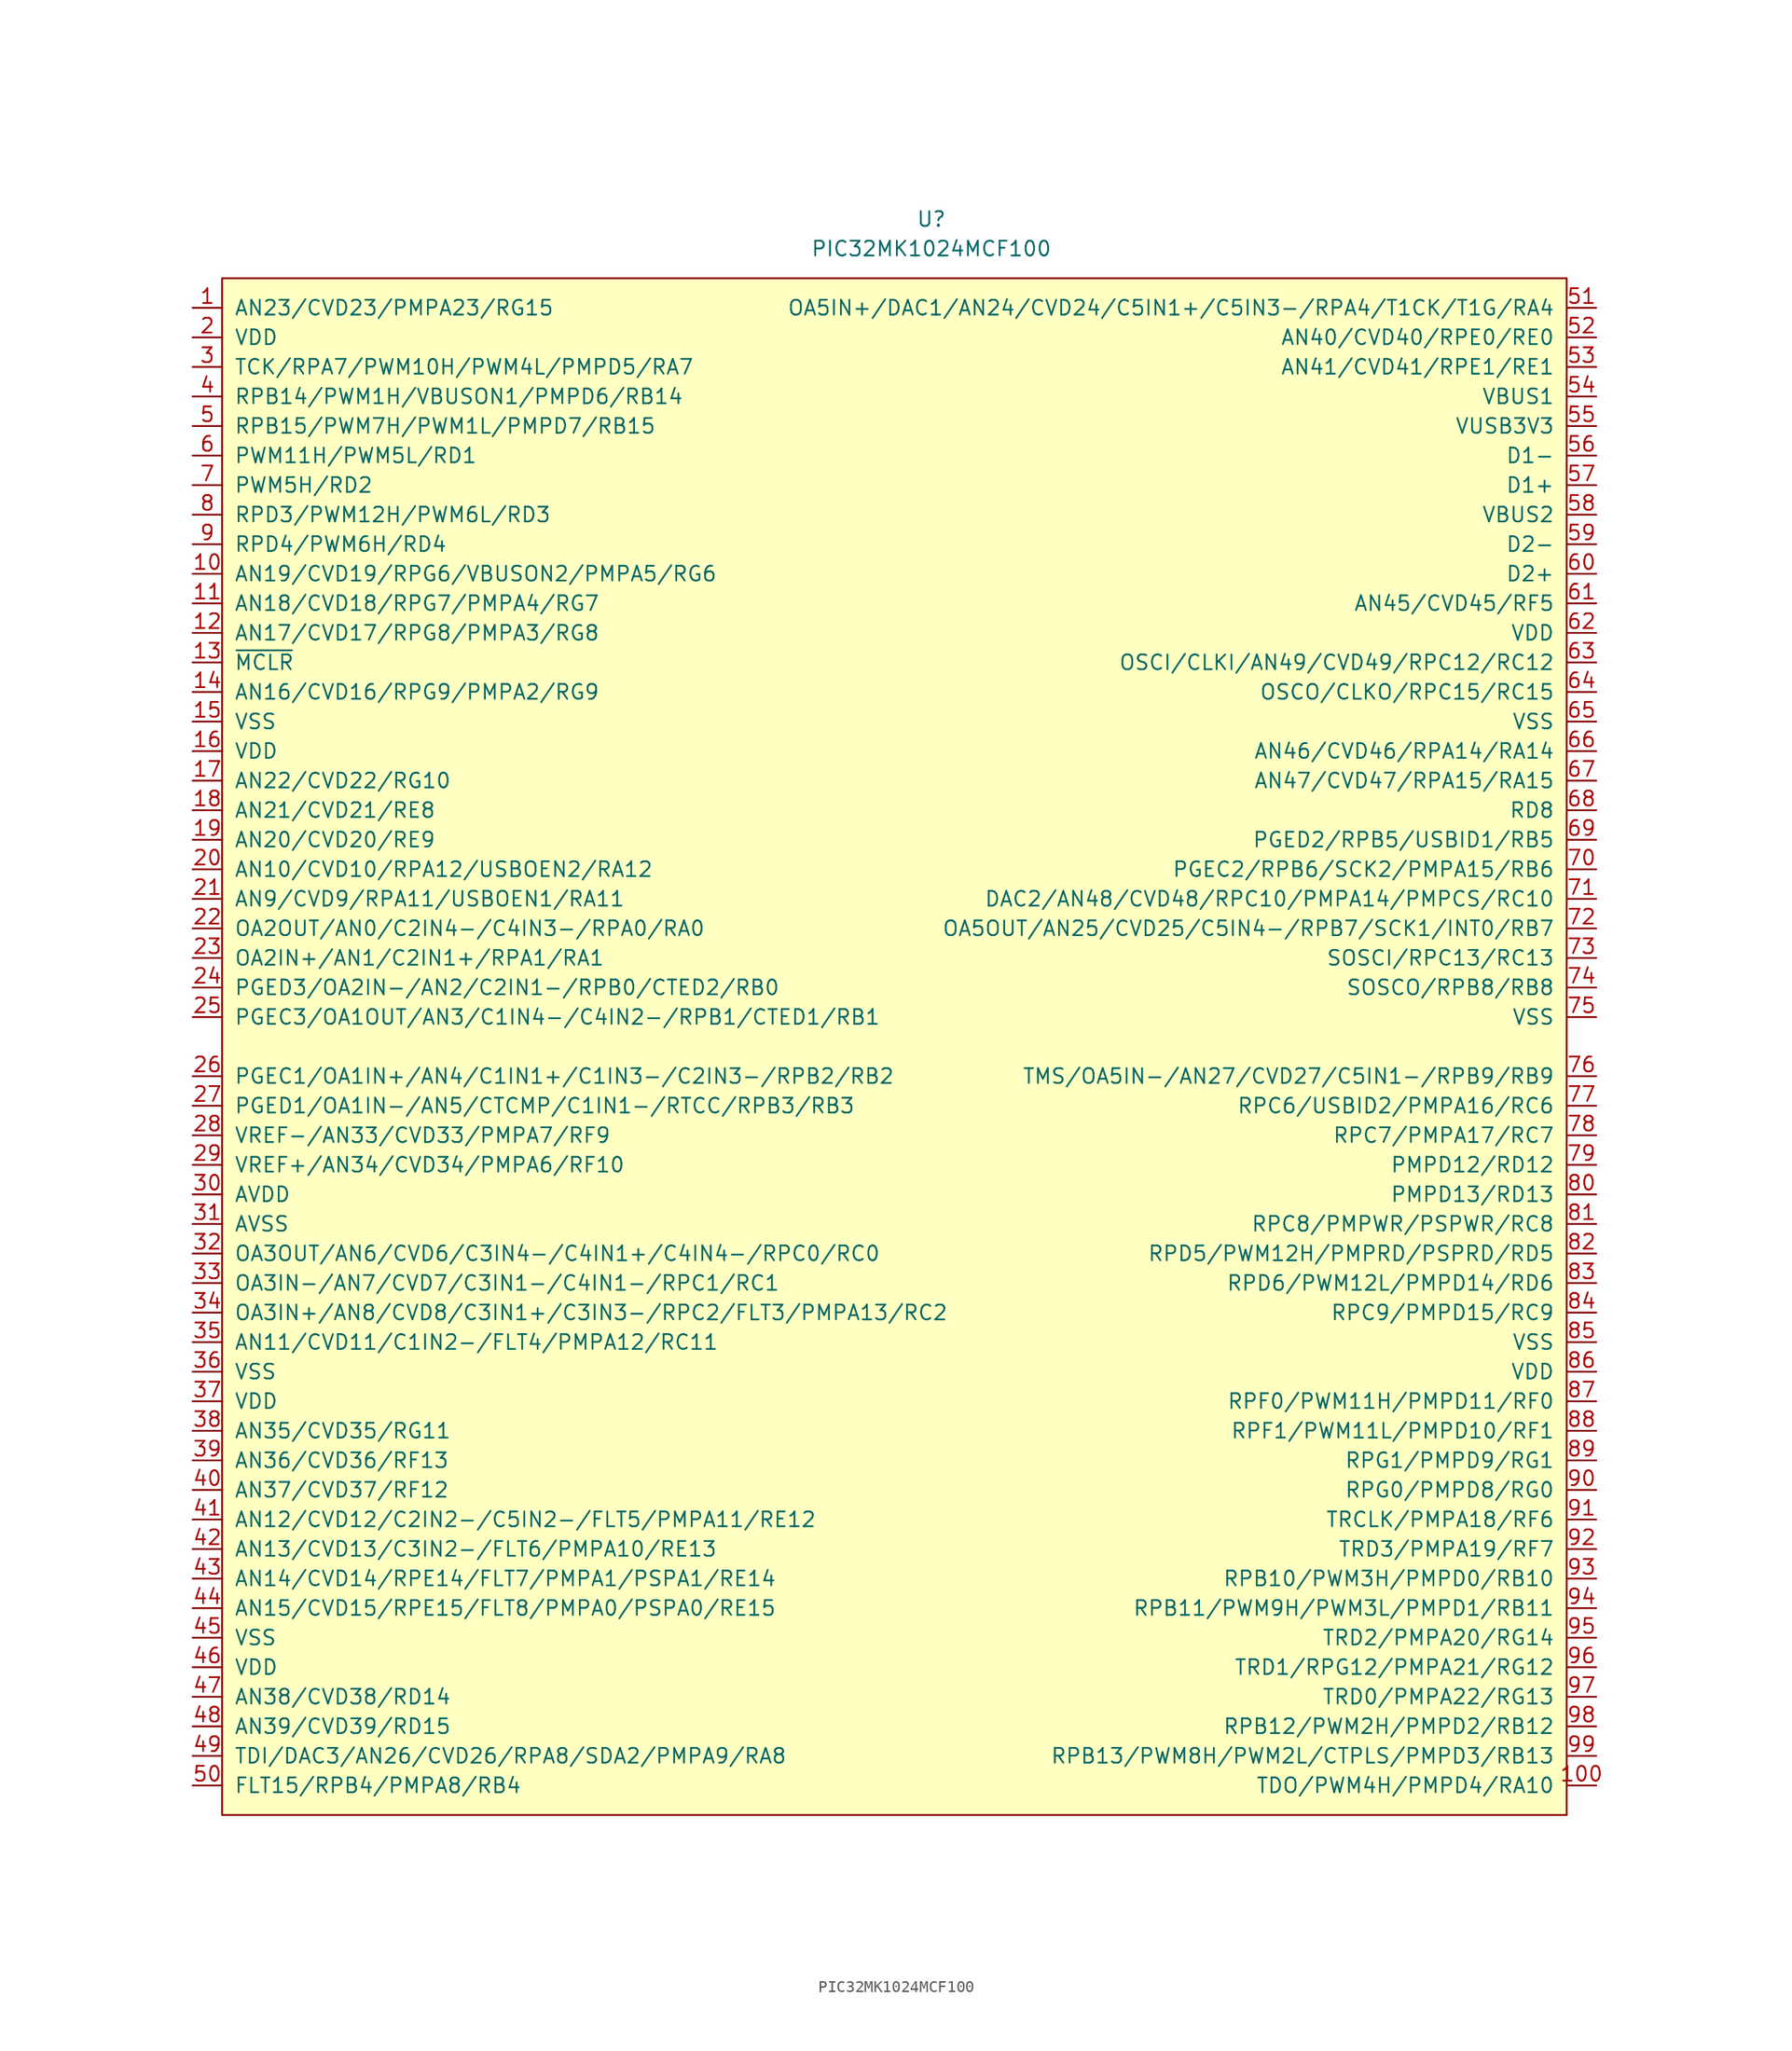
<source format=kicad_sym>
(kicad_symbol_lib
  (version 20220914)
  (generator kicad_symbol_editor)
  (symbol "PIC32MK1024MCF100"
    (pin_names
      (offset 1.016))
    (property "Reference" "U"
      (at 3.81 71.12 0)
      (effects (font (size 1.27 1.27))))
    (property "Value" "PIC32MK1024MCF100"
      (at 3.81 68.58 0)
      (effects (font (size 1.27 1.27))))
    (symbol "PIC32MK1024MCF100_1_1"
      (rectangle (start -57.15 66.04) (end 58.42 -66.04) (stroke (width 0) (type default)) (fill (type background)))
      (pin bidirectional line (at -59.69 63.5 0) (length 2.54) (name "AN23/CVD23/PMPA23/RG15" (effects (font (size 1.27 1.27)))) (number "1" (effects (font (size 1.27 1.27)))))
      (pin bidirectional line (at -59.69 40.64 0) (length 2.54) (name "AN19/CVD19/RPG6/VBUSON2/PMPA5/RG6" (effects (font (size 1.27 1.27)))) (number "10" (effects (font (size 1.27 1.27)))))
      (pin bidirectional line (at 60.96 -63.5 180) (length 2.54) (name "TDO/PWM4H/PMPD4/RA10" (effects (font (size 1.27 1.27)))) (number "100" (effects (font (size 1.27 1.27)))))
      (pin bidirectional line (at -59.69 38.1 0) (length 2.54) (name "AN18/CVD18/RPG7/PMPA4/RG7" (effects (font (size 1.27 1.27)))) (number "11" (effects (font (size 1.27 1.27)))))
      (pin bidirectional line (at -59.69 35.56 0) (length 2.54) (name "AN17/CVD17/RPG8/PMPA3/RG8" (effects (font (size 1.27 1.27)))) (number "12" (effects (font (size 1.27 1.27)))))
      (pin bidirectional line (at -59.69 33.02 0) (length 2.54) (name "~{MCLR}" (effects (font (size 1.27 1.27)))) (number "13" (effects (font (size 1.27 1.27)))))
      (pin bidirectional line (at -59.69 30.48 0) (length 2.54) (name "AN16/CVD16/RPG9/PMPA2/RG9" (effects (font (size 1.27 1.27)))) (number "14" (effects (font (size 1.27 1.27)))))
      (pin power_in line (at -59.69 27.94 0) (length 2.54) (name "VSS" (effects (font (size 1.27 1.27)))) (number "15" (effects (font (size 1.27 1.27)))))
      (pin power_in line (at -59.69 25.4 0) (length 2.54) (name "VDD" (effects (font (size 1.27 1.27)))) (number "16" (effects (font (size 1.27 1.27)))))
      (pin bidirectional line (at -59.69 22.86 0) (length 2.54) (name "AN22/CVD22/RG10" (effects (font (size 1.27 1.27)))) (number "17" (effects (font (size 1.27 1.27)))))
      (pin bidirectional line (at -59.69 20.32 0) (length 2.54) (name "AN21/CVD21/RE8" (effects (font (size 1.27 1.27)))) (number "18" (effects (font (size 1.27 1.27)))))
      (pin bidirectional line (at -59.69 17.78 0) (length 2.54) (name "AN20/CVD20/RE9" (effects (font (size 1.27 1.27)))) (number "19" (effects (font (size 1.27 1.27)))))
      (pin power_in line (at -59.69 60.96 0) (length 2.54) (name "VDD" (effects (font (size 1.27 1.27)))) (number "2" (effects (font (size 1.27 1.27)))))
      (pin bidirectional line (at -59.69 15.24 0) (length 2.54) (name "AN10/CVD10/RPA12/USBOEN2/RA12" (effects (font (size 1.27 1.27)))) (number "20" (effects (font (size 1.27 1.27)))))
      (pin bidirectional line (at -59.69 12.7 0) (length 2.54) (name "AN9/CVD9/RPA11/USBOEN1/RA11" (effects (font (size 1.27 1.27)))) (number "21" (effects (font (size 1.27 1.27)))))
      (pin bidirectional line (at -59.69 10.16 0) (length 2.54) (name "OA2OUT/AN0/C2IN4-/C4IN3-/RPA0/RA0" (effects (font (size 1.27 1.27)))) (number "22" (effects (font (size 1.27 1.27)))))
      (pin bidirectional line (at -59.69 7.62 0) (length 2.54) (name "OA2IN+/AN1/C2IN1+/RPA1/RA1" (effects (font (size 1.27 1.27)))) (number "23" (effects (font (size 1.27 1.27)))))
      (pin bidirectional line (at -59.69 5.08 0) (length 2.54) (name "PGED3/OA2IN-/AN2/C2IN1-/RPB0/CTED2/RB0" (effects (font (size 1.27 1.27)))) (number "24" (effects (font (size 1.27 1.27)))))
      (pin bidirectional line (at -59.69 2.54 0) (length 2.54) (name "PGEC3/OA1OUT/AN3/C1IN4-/C4IN2-/RPB1/CTED1/RB1" (effects (font (size 1.27 1.27)))) (number "25" (effects (font (size 1.27 1.27)))))
      (pin bidirectional line (at -59.69 -2.54 0) (length 2.54) (name "PGEC1/OA1IN+/AN4/C1IN1+/C1IN3-/C2IN3-/RPB2/RB2" (effects (font (size 1.27 1.27)))) (number "26" (effects (font (size 1.27 1.27)))))
      (pin bidirectional line (at -59.69 -5.08 0) (length 2.54) (name "PGED1/OA1IN-/AN5/CTCMP/C1IN1-/RTCC/RPB3/RB3" (effects (font (size 1.27 1.27)))) (number "27" (effects (font (size 1.27 1.27)))))
      (pin bidirectional line (at -59.69 -7.62 0) (length 2.54) (name "VREF-/AN33/CVD33/PMPA7/RF9" (effects (font (size 1.27 1.27)))) (number "28" (effects (font (size 1.27 1.27)))))
      (pin bidirectional line (at -59.69 -10.16 0) (length 2.54) (name "VREF+/AN34/CVD34/PMPA6/RF10" (effects (font (size 1.27 1.27)))) (number "29" (effects (font (size 1.27 1.27)))))
      (pin bidirectional line (at -59.69 58.42 0) (length 2.54) (name "TCK/RPA7/PWM10H/PWM4L/PMPD5/RA7" (effects (font (size 1.27 1.27)))) (number "3" (effects (font (size 1.27 1.27)))))
      (pin power_in line (at -59.69 -12.7 0) (length 2.54) (name "AVDD" (effects (font (size 1.27 1.27)))) (number "30" (effects (font (size 1.27 1.27)))))
      (pin power_in line (at -59.69 -15.24 0) (length 2.54) (name "AVSS" (effects (font (size 1.27 1.27)))) (number "31" (effects (font (size 1.27 1.27)))))
      (pin bidirectional line (at -59.69 -17.78 0) (length 2.54) (name "OA3OUT/AN6/CVD6/C3IN4-/C4IN1+/C4IN4-/RPC0/RC0" (effects (font (size 1.27 1.27)))) (number "32" (effects (font (size 1.27 1.27)))))
      (pin bidirectional line (at -59.69 -20.32 0) (length 2.54) (name "OA3IN-/AN7/CVD7/C3IN1-/C4IN1-/RPC1/RC1" (effects (font (size 1.27 1.27)))) (number "33" (effects (font (size 1.27 1.27)))))
      (pin bidirectional line (at -59.69 -22.86 0) (length 2.54) (name "OA3IN+/AN8/CVD8/C3IN1+/C3IN3-/RPC2/FLT3/PMPA13/RC2" (effects (font (size 1.27 1.27)))) (number "34" (effects (font (size 1.27 1.27)))))
      (pin bidirectional line (at -59.69 -25.4 0) (length 2.54) (name "AN11/CVD11/C1IN2-/FLT4/PMPA12/RC11" (effects (font (size 1.27 1.27)))) (number "35" (effects (font (size 1.27 1.27)))))
      (pin power_in line (at -59.69 -27.94 0) (length 2.54) (name "VSS" (effects (font (size 1.27 1.27)))) (number "36" (effects (font (size 1.27 1.27)))))
      (pin power_in line (at -59.69 -30.48 0) (length 2.54) (name "VDD" (effects (font (size 1.27 1.27)))) (number "37" (effects (font (size 1.27 1.27)))))
      (pin bidirectional line (at -59.69 -33.02 0) (length 2.54) (name "AN35/CVD35/RG11" (effects (font (size 1.27 1.27)))) (number "38" (effects (font (size 1.27 1.27)))))
      (pin bidirectional line (at -59.69 -35.56 0) (length 2.54) (name "AN36/CVD36/RF13" (effects (font (size 1.27 1.27)))) (number "39" (effects (font (size 1.27 1.27)))))
      (pin bidirectional line (at -59.69 55.88 0) (length 2.54) (name "RPB14/PWM1H/VBUSON1/PMPD6/RB14" (effects (font (size 1.27 1.27)))) (number "4" (effects (font (size 1.27 1.27)))))
      (pin bidirectional line (at -59.69 -38.1 0) (length 2.54) (name "AN37/CVD37/RF12" (effects (font (size 1.27 1.27)))) (number "40" (effects (font (size 1.27 1.27)))))
      (pin bidirectional line (at -59.69 -40.64 0) (length 2.54) (name "AN12/CVD12/C2IN2-/C5IN2-/FLT5/PMPA11/RE12" (effects (font (size 1.27 1.27)))) (number "41" (effects (font (size 1.27 1.27)))))
      (pin bidirectional line (at -59.69 -43.18 0) (length 2.54) (name "AN13/CVD13/C3IN2-/FLT6/PMPA10/RE13" (effects (font (size 1.27 1.27)))) (number "42" (effects (font (size 1.27 1.27)))))
      (pin bidirectional line (at -59.69 -45.72 0) (length 2.54) (name "AN14/CVD14/RPE14/FLT7/PMPA1/PSPA1/RE14" (effects (font (size 1.27 1.27)))) (number "43" (effects (font (size 1.27 1.27)))))
      (pin bidirectional line (at -59.69 -48.26 0) (length 2.54) (name "AN15/CVD15/RPE15/FLT8/PMPA0/PSPA0/RE15" (effects (font (size 1.27 1.27)))) (number "44" (effects (font (size 1.27 1.27)))))
      (pin power_in line (at -59.69 -50.8 0) (length 2.54) (name "VSS" (effects (font (size 1.27 1.27)))) (number "45" (effects (font (size 1.27 1.27)))))
      (pin power_in line (at -59.69 -53.34 0) (length 2.54) (name "VDD" (effects (font (size 1.27 1.27)))) (number "46" (effects (font (size 1.27 1.27)))))
      (pin bidirectional line (at -59.69 -55.88 0) (length 2.54) (name "AN38/CVD38/RD14" (effects (font (size 1.27 1.27)))) (number "47" (effects (font (size 1.27 1.27)))))
      (pin bidirectional line (at -59.69 -58.42 0) (length 2.54) (name "AN39/CVD39/RD15" (effects (font (size 1.27 1.27)))) (number "48" (effects (font (size 1.27 1.27)))))
      (pin bidirectional line (at -59.69 -60.96 0) (length 2.54) (name "TDI/DAC3/AN26/CVD26/RPA8/SDA2/PMPA9/RA8" (effects (font (size 1.27 1.27)))) (number "49" (effects (font (size 1.27 1.27)))))
      (pin bidirectional line (at -59.69 53.34 0) (length 2.54) (name "RPB15/PWM7H/PWM1L/PMPD7/RB15" (effects (font (size 1.27 1.27)))) (number "5" (effects (font (size 1.27 1.27)))))
      (pin bidirectional line (at -59.69 -63.5 0) (length 2.54) (name "FLT15/RPB4/PMPA8/RB4" (effects (font (size 1.27 1.27)))) (number "50" (effects (font (size 1.27 1.27)))))
      (pin bidirectional line (at 60.96 63.5 180) (length 2.54) (name "OA5IN+/DAC1/AN24/CVD24/C5IN1+/C5IN3-/RPA4/T1CK/T1G/RA4" (effects (font (size 1.27 1.27)))) (number "51" (effects (font (size 1.27 1.27)))))
      (pin bidirectional line (at 60.96 60.96 180) (length 2.54) (name "AN40/CVD40/RPE0/RE0" (effects (font (size 1.27 1.27)))) (number "52" (effects (font (size 1.27 1.27)))))
      (pin bidirectional line (at 60.96 58.42 180) (length 2.54) (name "AN41/CVD41/RPE1/RE1" (effects (font (size 1.27 1.27)))) (number "53" (effects (font (size 1.27 1.27)))))
      (pin bidirectional line (at 60.96 55.88 180) (length 2.54) (name "VBUS1" (effects (font (size 1.27 1.27)))) (number "54" (effects (font (size 1.27 1.27)))))
      (pin power_in line (at 60.96 53.34 180) (length 2.54) (name "VUSB3V3" (effects (font (size 1.27 1.27)))) (number "55" (effects (font (size 1.27 1.27)))))
      (pin bidirectional line (at 60.96 50.8 180) (length 2.54) (name "D1-" (effects (font (size 1.27 1.27)))) (number "56" (effects (font (size 1.27 1.27)))))
      (pin bidirectional line (at 60.96 48.26 180) (length 2.54) (name "D1+" (effects (font (size 1.27 1.27)))) (number "57" (effects (font (size 1.27 1.27)))))
      (pin bidirectional line (at 60.96 45.72 180) (length 2.54) (name "VBUS2" (effects (font (size 1.27 1.27)))) (number "58" (effects (font (size 1.27 1.27)))))
      (pin bidirectional line (at 60.96 43.18 180) (length 2.54) (name "D2-" (effects (font (size 1.27 1.27)))) (number "59" (effects (font (size 1.27 1.27)))))
      (pin bidirectional line (at -59.69 50.8 0) (length 2.54) (name "PWM11H/PWM5L/RD1" (effects (font (size 1.27 1.27)))) (number "6" (effects (font (size 1.27 1.27)))))
      (pin bidirectional line (at 60.96 40.64 180) (length 2.54) (name "D2+" (effects (font (size 1.27 1.27)))) (number "60" (effects (font (size 1.27 1.27)))))
      (pin bidirectional line (at 60.96 38.1 180) (length 2.54) (name "AN45/CVD45/RF5" (effects (font (size 1.27 1.27)))) (number "61" (effects (font (size 1.27 1.27)))))
      (pin power_in line (at 60.96 35.56 180) (length 2.54) (name "VDD" (effects (font (size 1.27 1.27)))) (number "62" (effects (font (size 1.27 1.27)))))
      (pin bidirectional line (at 60.96 33.02 180) (length 2.54) (name "OSCI/CLKI/AN49/CVD49/RPC12/RC12" (effects (font (size 1.27 1.27)))) (number "63" (effects (font (size 1.27 1.27)))))
      (pin bidirectional line (at 60.96 30.48 180) (length 2.54) (name "OSCO/CLKO/RPC15/RC15" (effects (font (size 1.27 1.27)))) (number "64" (effects (font (size 1.27 1.27)))))
      (pin power_in line (at 60.96 27.94 180) (length 2.54) (name "VSS" (effects (font (size 1.27 1.27)))) (number "65" (effects (font (size 1.27 1.27)))))
      (pin bidirectional line (at 60.96 25.4 180) (length 2.54) (name "AN46/CVD46/RPA14/RA14" (effects (font (size 1.27 1.27)))) (number "66" (effects (font (size 1.27 1.27)))))
      (pin bidirectional line (at 60.96 22.86 180) (length 2.54) (name "AN47/CVD47/RPA15/RA15" (effects (font (size 1.27 1.27)))) (number "67" (effects (font (size 1.27 1.27)))))
      (pin bidirectional line (at 60.96 20.32 180) (length 2.54) (name "RD8" (effects (font (size 1.27 1.27)))) (number "68" (effects (font (size 1.27 1.27)))))
      (pin bidirectional line (at 60.96 17.78 180) (length 2.54) (name "PGED2/RPB5/USBID1/RB5" (effects (font (size 1.27 1.27)))) (number "69" (effects (font (size 1.27 1.27)))))
      (pin bidirectional line (at -59.69 48.26 0) (length 2.54) (name "PWM5H/RD2" (effects (font (size 1.27 1.27)))) (number "7" (effects (font (size 1.27 1.27)))))
      (pin bidirectional line (at 60.96 15.24 180) (length 2.54) (name "PGEC2/RPB6/SCK2/PMPA15/RB6" (effects (font (size 1.27 1.27)))) (number "70" (effects (font (size 1.27 1.27)))))
      (pin bidirectional line (at 60.96 12.7 180) (length 2.54) (name "DAC2/AN48/CVD48/RPC10/PMPA14/PMPCS/RC10" (effects (font (size 1.27 1.27)))) (number "71" (effects (font (size 1.27 1.27)))))
      (pin bidirectional line (at 60.96 10.16 180) (length 2.54) (name "OA5OUT/AN25/CVD25/C5IN4-/RPB7/SCK1/INT0/RB7" (effects (font (size 1.27 1.27)))) (number "72" (effects (font (size 1.27 1.27)))))
      (pin bidirectional line (at 60.96 7.62 180) (length 2.54) (name "SOSCI/RPC13/RC13" (effects (font (size 1.27 1.27)))) (number "73" (effects (font (size 1.27 1.27)))))
      (pin bidirectional line (at 60.96 5.08 180) (length 2.54) (name "SOSCO/RPB8/RB8" (effects (font (size 1.27 1.27)))) (number "74" (effects (font (size 1.27 1.27)))))
      (pin power_in line (at 60.96 2.54 180) (length 2.54) (name "VSS" (effects (font (size 1.27 1.27)))) (number "75" (effects (font (size 1.27 1.27)))))
      (pin bidirectional line (at 60.96 -2.54 180) (length 2.54) (name "TMS/OA5IN-/AN27/CVD27/C5IN1-/RPB9/RB9" (effects (font (size 1.27 1.27)))) (number "76" (effects (font (size 1.27 1.27)))))
      (pin bidirectional line (at 60.96 -5.08 180) (length 2.54) (name "RPC6/USBID2/PMPA16/RC6" (effects (font (size 1.27 1.27)))) (number "77" (effects (font (size 1.27 1.27)))))
      (pin bidirectional line (at 60.96 -7.62 180) (length 2.54) (name "RPC7/PMPA17/RC7" (effects (font (size 1.27 1.27)))) (number "78" (effects (font (size 1.27 1.27)))))
      (pin bidirectional line (at 60.96 -10.16 180) (length 2.54) (name "PMPD12/RD12" (effects (font (size 1.27 1.27)))) (number "79" (effects (font (size 1.27 1.27)))))
      (pin bidirectional line (at -59.69 45.72 0) (length 2.54) (name "RPD3/PWM12H/PWM6L/RD3" (effects (font (size 1.27 1.27)))) (number "8" (effects (font (size 1.27 1.27)))))
      (pin bidirectional line (at 60.96 -12.7 180) (length 2.54) (name "PMPD13/RD13" (effects (font (size 1.27 1.27)))) (number "80" (effects (font (size 1.27 1.27)))))
      (pin bidirectional line (at 60.96 -15.24 180) (length 2.54) (name "RPC8/PMPWR/PSPWR/RC8" (effects (font (size 1.27 1.27)))) (number "81" (effects (font (size 1.27 1.27)))))
      (pin bidirectional line (at 60.96 -17.78 180) (length 2.54) (name "RPD5/PWM12H/PMPRD/PSPRD/RD5" (effects (font (size 1.27 1.27)))) (number "82" (effects (font (size 1.27 1.27)))))
      (pin bidirectional line (at 60.96 -20.32 180) (length 2.54) (name "RPD6/PWM12L/PMPD14/RD6" (effects (font (size 1.27 1.27)))) (number "83" (effects (font (size 1.27 1.27)))))
      (pin bidirectional line (at 60.96 -22.86 180) (length 2.54) (name "RPC9/PMPD15/RC9" (effects (font (size 1.27 1.27)))) (number "84" (effects (font (size 1.27 1.27)))))
      (pin power_in line (at 60.96 -25.4 180) (length 2.54) (name "VSS" (effects (font (size 1.27 1.27)))) (number "85" (effects (font (size 1.27 1.27)))))
      (pin power_in line (at 60.96 -27.94 180) (length 2.54) (name "VDD" (effects (font (size 1.27 1.27)))) (number "86" (effects (font (size 1.27 1.27)))))
      (pin bidirectional line (at 60.96 -30.48 180) (length 2.54) (name "RPF0/PWM11H/PMPD11/RF0" (effects (font (size 1.27 1.27)))) (number "87" (effects (font (size 1.27 1.27)))))
      (pin bidirectional line (at 60.96 -33.02 180) (length 2.54) (name "RPF1/PWM11L/PMPD10/RF1" (effects (font (size 1.27 1.27)))) (number "88" (effects (font (size 1.27 1.27)))))
      (pin bidirectional line (at 60.96 -35.56 180) (length 2.54) (name "RPG1/PMPD9/RG1" (effects (font (size 1.27 1.27)))) (number "89" (effects (font (size 1.27 1.27)))))
      (pin bidirectional line (at -59.69 43.18 0) (length 2.54) (name "RPD4/PWM6H/RD4" (effects (font (size 1.27 1.27)))) (number "9" (effects (font (size 1.27 1.27)))))
      (pin bidirectional line (at 60.96 -38.1 180) (length 2.54) (name "RPG0/PMPD8/RG0" (effects (font (size 1.27 1.27)))) (number "90" (effects (font (size 1.27 1.27)))))
      (pin bidirectional line (at 60.96 -40.64 180) (length 2.54) (name "TRCLK/PMPA18/RF6" (effects (font (size 1.27 1.27)))) (number "91" (effects (font (size 1.27 1.27)))))
      (pin bidirectional line (at 60.96 -43.18 180) (length 2.54) (name "TRD3/PMPA19/RF7" (effects (font (size 1.27 1.27)))) (number "92" (effects (font (size 1.27 1.27)))))
      (pin bidirectional line (at 60.96 -45.72 180) (length 2.54) (name "RPB10/PWM3H/PMPD0/RB10" (effects (font (size 1.27 1.27)))) (number "93" (effects (font (size 1.27 1.27)))))
      (pin bidirectional line (at 60.96 -48.26 180) (length 2.54) (name "RPB11/PWM9H/PWM3L/PMPD1/RB11" (effects (font (size 1.27 1.27)))) (number "94" (effects (font (size 1.27 1.27)))))
      (pin bidirectional line (at 60.96 -50.8 180) (length 2.54) (name "TRD2/PMPA20/RG14" (effects (font (size 1.27 1.27)))) (number "95" (effects (font (size 1.27 1.27)))))
      (pin bidirectional line (at 60.96 -53.34 180) (length 2.54) (name "TRD1/RPG12/PMPA21/RG12" (effects (font (size 1.27 1.27)))) (number "96" (effects (font (size 1.27 1.27)))))
      (pin bidirectional line (at 60.96 -55.88 180) (length 2.54) (name "TRD0/PMPA22/RG13" (effects (font (size 1.27 1.27)))) (number "97" (effects (font (size 1.27 1.27)))))
      (pin bidirectional line (at 60.96 -58.42 180) (length 2.54) (name "RPB12/PWM2H/PMPD2/RB12" (effects (font (size 1.27 1.27)))) (number "98" (effects (font (size 1.27 1.27)))))
      (pin bidirectional line (at 60.96 -60.96 180) (length 2.54) (name "RPB13/PWM8H/PWM2L/CTPLS/PMPD3/RB13" (effects (font (size 1.27 1.27)))) (number "99" (effects (font (size 1.27 1.27))))))))
</source>
